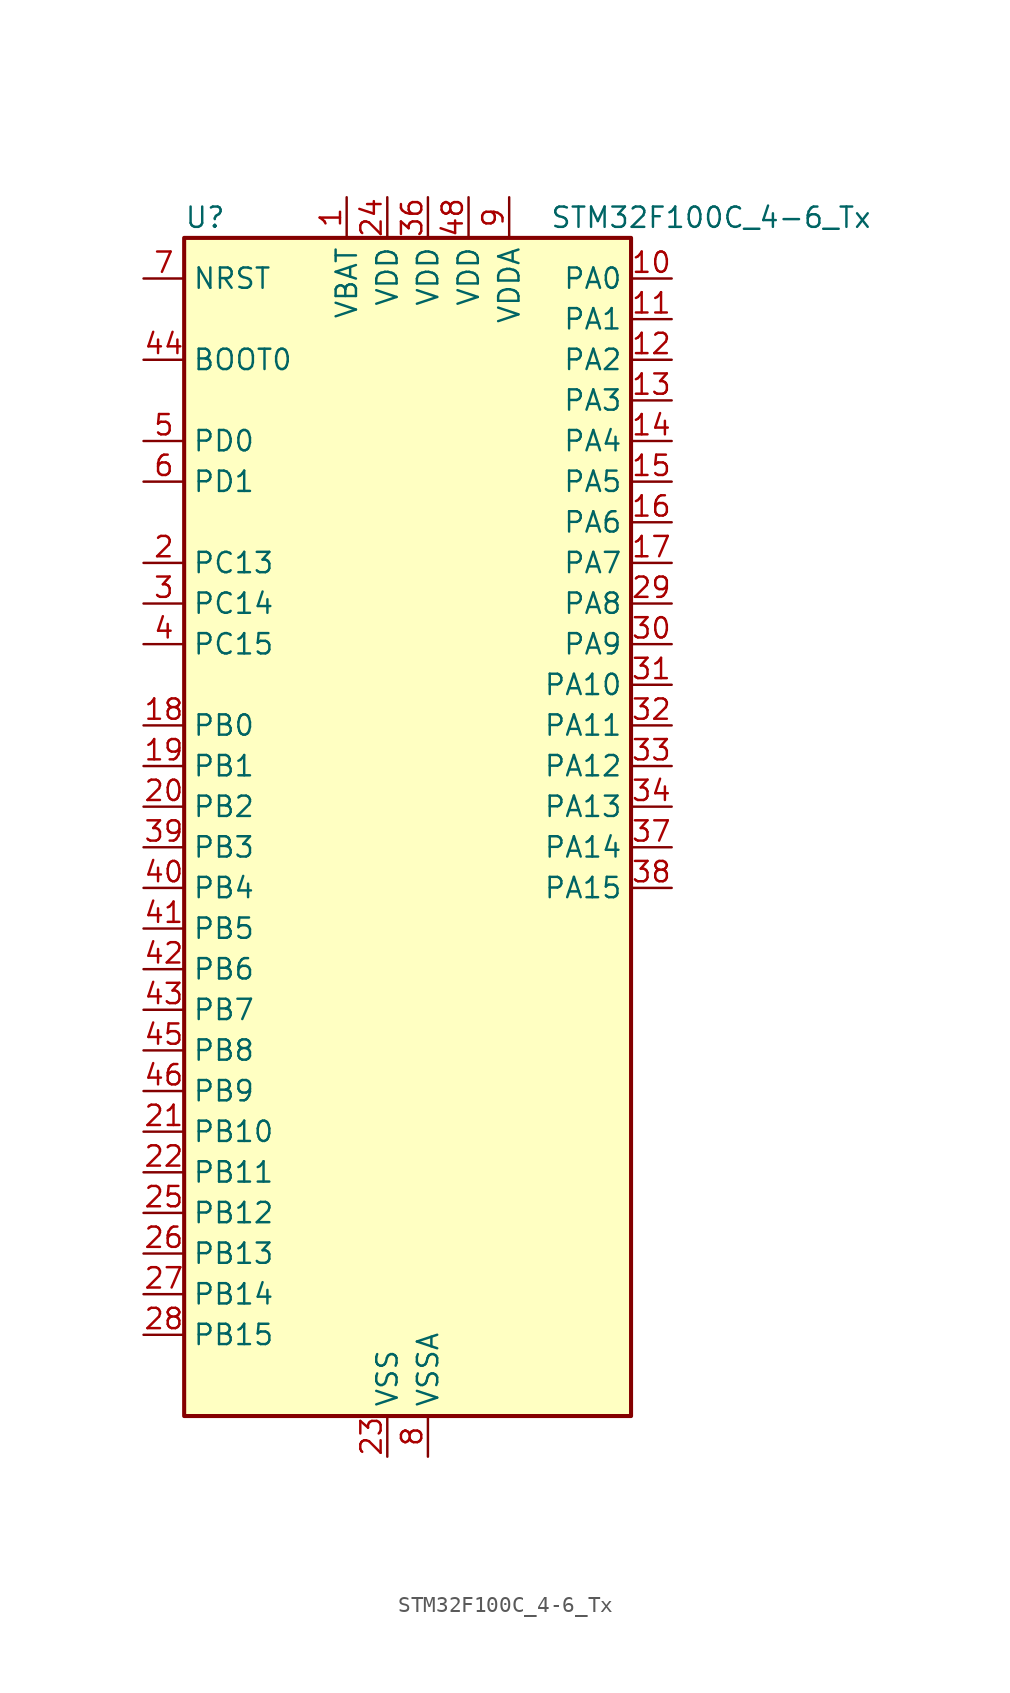
<source format=kicad_sym>
(kicad_symbol_lib
  (version 20231120)
  (generator "kicad_symbol_editor")
  (generator_version "8.0")
  (symbol "STM32F100C_4-6_Tx"
    (property "Reference" "U"
      (at -12.7 39.37 0)
      (effects (font (size 1.27 1.27)) (justify left)))
    (property "Value" "STM32F100C_4-6_Tx"
      (at 10.16 39.37 0)
      (effects (font (size 1.27 1.27)) (justify left)))
    (property "ki_locked" ""
      (at 0 0 0)
      (effects (font (size 1.27 1.27))))
    (symbol "STM32F100C_4-6_Tx_0_1"
      (rectangle (start -12.7 -35.56) (end 15.24 38.1) (stroke (width 0.254) (type default)) (fill (type background))))
    (symbol "STM32F100C_4-6_Tx_1_1"
      (pin power_in line (at -2.54 40.64 270) (length 2.54) (name "VBAT" (effects (font (size 1.27 1.27)))) (number "1" (effects (font (size 1.27 1.27)))))
      (pin bidirectional line (at 17.78 35.56 180) (length 2.54) (name "PA0" (effects (font (size 1.27 1.27)))) (number "10" (effects (font (size 1.27 1.27)))) (alternate "ADC1_IN0" bidirectional line) (alternate "SYS_WKUP" bidirectional line) (alternate "TIM2_CH1" bidirectional line) (alternate "TIM2_ETR" bidirectional line) (alternate "USART2_CTS" bidirectional line))
      (pin bidirectional line (at 17.78 33.02 180) (length 2.54) (name "PA1" (effects (font (size 1.27 1.27)))) (number "11" (effects (font (size 1.27 1.27)))) (alternate "ADC1_IN1" bidirectional line) (alternate "TIM2_CH2" bidirectional line) (alternate "USART2_RTS" bidirectional line))
      (pin bidirectional line (at 17.78 30.48 180) (length 2.54) (name "PA2" (effects (font (size 1.27 1.27)))) (number "12" (effects (font (size 1.27 1.27)))) (alternate "ADC1_IN2" bidirectional line) (alternate "TIM15_CH1" bidirectional line) (alternate "TIM2_CH3" bidirectional line) (alternate "USART2_TX" bidirectional line))
      (pin bidirectional line (at 17.78 27.94 180) (length 2.54) (name "PA3" (effects (font (size 1.27 1.27)))) (number "13" (effects (font (size 1.27 1.27)))) (alternate "ADC1_IN3" bidirectional line) (alternate "TIM15_CH2" bidirectional line) (alternate "TIM2_CH4" bidirectional line) (alternate "USART2_RX" bidirectional line))
      (pin bidirectional line (at 17.78 25.4 180) (length 2.54) (name "PA4" (effects (font (size 1.27 1.27)))) (number "14" (effects (font (size 1.27 1.27)))) (alternate "ADC1_IN4" bidirectional line) (alternate "DAC_OUT1" bidirectional line) (alternate "SPI1_NSS" bidirectional line) (alternate "USART2_CK" bidirectional line))
      (pin bidirectional line (at 17.78 22.86 180) (length 2.54) (name "PA5" (effects (font (size 1.27 1.27)))) (number "15" (effects (font (size 1.27 1.27)))) (alternate "ADC1_IN5" bidirectional line) (alternate "DAC_OUT2" bidirectional line) (alternate "SPI1_SCK" bidirectional line))
      (pin bidirectional line (at 17.78 20.32 180) (length 2.54) (name "PA6" (effects (font (size 1.27 1.27)))) (number "16" (effects (font (size 1.27 1.27)))) (alternate "ADC1_IN6" bidirectional line) (alternate "SPI1_MISO" bidirectional line) (alternate "TIM16_CH1" bidirectional line) (alternate "TIM1_BKIN" bidirectional line) (alternate "TIM3_CH1" bidirectional line))
      (pin bidirectional line (at 17.78 17.78 180) (length 2.54) (name "PA7" (effects (font (size 1.27 1.27)))) (number "17" (effects (font (size 1.27 1.27)))) (alternate "ADC1_IN7" bidirectional line) (alternate "SPI1_MOSI" bidirectional line) (alternate "TIM17_CH1" bidirectional line) (alternate "TIM1_CH1N" bidirectional line) (alternate "TIM3_CH2" bidirectional line))
      (pin bidirectional line (at -15.24 7.62 0) (length 2.54) (name "PB0" (effects (font (size 1.27 1.27)))) (number "18" (effects (font (size 1.27 1.27)))) (alternate "ADC1_IN8" bidirectional line) (alternate "TIM1_CH2N" bidirectional line) (alternate "TIM3_CH3" bidirectional line))
      (pin bidirectional line (at -15.24 5.08 0) (length 2.54) (name "PB1" (effects (font (size 1.27 1.27)))) (number "19" (effects (font (size 1.27 1.27)))) (alternate "ADC1_IN9" bidirectional line) (alternate "TIM1_CH3N" bidirectional line) (alternate "TIM3_CH4" bidirectional line))
      (pin bidirectional line (at -15.24 17.78 0) (length 2.54) (name "PC13" (effects (font (size 1.27 1.27)))) (number "2" (effects (font (size 1.27 1.27)))) (alternate "RTC_OUT" bidirectional line) (alternate "RTC_TAMPER" bidirectional line))
      (pin bidirectional line (at -15.24 2.54 0) (length 2.54) (name "PB2" (effects (font (size 1.27 1.27)))) (number "20" (effects (font (size 1.27 1.27)))))
      (pin bidirectional line (at -15.24 -17.78 0) (length 2.54) (name "PB10" (effects (font (size 1.27 1.27)))) (number "21" (effects (font (size 1.27 1.27)))) (alternate "CEC" bidirectional line) (alternate "TIM2_CH3" bidirectional line))
      (pin bidirectional line (at -15.24 -20.32 0) (length 2.54) (name "PB11" (effects (font (size 1.27 1.27)))) (number "22" (effects (font (size 1.27 1.27)))) (alternate "ADC1_EXTI11" bidirectional line) (alternate "TIM2_CH4" bidirectional line))
      (pin power_in line (at 0 -38.1 90) (length 2.54) (name "VSS" (effects (font (size 1.27 1.27)))) (number "23" (effects (font (size 1.27 1.27)))))
      (pin power_in line (at 0 40.64 270) (length 2.54) (name "VDD" (effects (font (size 1.27 1.27)))) (number "24" (effects (font (size 1.27 1.27)))))
      (pin bidirectional line (at -15.24 -22.86 0) (length 2.54) (name "PB12" (effects (font (size 1.27 1.27)))) (number "25" (effects (font (size 1.27 1.27)))) (alternate "TIM1_BKIN" bidirectional line))
      (pin bidirectional line (at -15.24 -25.4 0) (length 2.54) (name "PB13" (effects (font (size 1.27 1.27)))) (number "26" (effects (font (size 1.27 1.27)))) (alternate "TIM1_CH1N" bidirectional line))
      (pin bidirectional line (at -15.24 -27.94 0) (length 2.54) (name "PB14" (effects (font (size 1.27 1.27)))) (number "27" (effects (font (size 1.27 1.27)))) (alternate "TIM15_CH1" bidirectional line) (alternate "TIM1_CH2N" bidirectional line))
      (pin bidirectional line (at -15.24 -30.48 0) (length 2.54) (name "PB15" (effects (font (size 1.27 1.27)))) (number "28" (effects (font (size 1.27 1.27)))) (alternate "ADC1_EXTI15" bidirectional line) (alternate "TIM15_CH1N" bidirectional line) (alternate "TIM15_CH2" bidirectional line) (alternate "TIM1_CH3N" bidirectional line))
      (pin bidirectional line (at 17.78 15.24 180) (length 2.54) (name "PA8" (effects (font (size 1.27 1.27)))) (number "29" (effects (font (size 1.27 1.27)))) (alternate "RCC_MCO" bidirectional line) (alternate "TIM1_CH1" bidirectional line) (alternate "USART1_CK" bidirectional line))
      (pin bidirectional line (at -15.24 15.24 0) (length 2.54) (name "PC14" (effects (font (size 1.27 1.27)))) (number "3" (effects (font (size 1.27 1.27)))) (alternate "RCC_OSC32_IN" bidirectional line))
      (pin bidirectional line (at 17.78 12.7 180) (length 2.54) (name "PA9" (effects (font (size 1.27 1.27)))) (number "30" (effects (font (size 1.27 1.27)))) (alternate "DAC_EXTI9" bidirectional line) (alternate "TIM15_BKIN" bidirectional line) (alternate "TIM1_CH2" bidirectional line) (alternate "USART1_TX" bidirectional line))
      (pin bidirectional line (at 17.78 10.16 180) (length 2.54) (name "PA10" (effects (font (size 1.27 1.27)))) (number "31" (effects (font (size 1.27 1.27)))) (alternate "TIM17_BKIN" bidirectional line) (alternate "TIM1_CH3" bidirectional line) (alternate "USART1_RX" bidirectional line))
      (pin bidirectional line (at 17.78 7.62 180) (length 2.54) (name "PA11" (effects (font (size 1.27 1.27)))) (number "32" (effects (font (size 1.27 1.27)))) (alternate "ADC1_EXTI11" bidirectional line) (alternate "TIM1_CH4" bidirectional line) (alternate "USART1_CTS" bidirectional line))
      (pin bidirectional line (at 17.78 5.08 180) (length 2.54) (name "PA12" (effects (font (size 1.27 1.27)))) (number "33" (effects (font (size 1.27 1.27)))) (alternate "TIM1_ETR" bidirectional line) (alternate "USART1_RTS" bidirectional line))
      (pin bidirectional line (at 17.78 2.54 180) (length 2.54) (name "PA13" (effects (font (size 1.27 1.27)))) (number "34" (effects (font (size 1.27 1.27)))) (alternate "SYS_JTMS-SWDIO" bidirectional line))
      (pin passive line (at 0 -38.1 90) (length 2.54) hide (name "VSS" (effects (font (size 1.27 1.27)))) (number "35" (effects (font (size 1.27 1.27)))))
      (pin power_in line (at 2.54 40.64 270) (length 2.54) (name "VDD" (effects (font (size 1.27 1.27)))) (number "36" (effects (font (size 1.27 1.27)))))
      (pin bidirectional line (at 17.78 0 180) (length 2.54) (name "PA14" (effects (font (size 1.27 1.27)))) (number "37" (effects (font (size 1.27 1.27)))) (alternate "SYS_JTCK-SWCLK" bidirectional line))
      (pin bidirectional line (at 17.78 -2.54 180) (length 2.54) (name "PA15" (effects (font (size 1.27 1.27)))) (number "38" (effects (font (size 1.27 1.27)))) (alternate "ADC1_EXTI15" bidirectional line) (alternate "SPI1_NSS" bidirectional line) (alternate "SYS_JTDI" bidirectional line) (alternate "TIM2_CH1" bidirectional line) (alternate "TIM2_ETR" bidirectional line))
      (pin bidirectional line (at -15.24 0 0) (length 2.54) (name "PB3" (effects (font (size 1.27 1.27)))) (number "39" (effects (font (size 1.27 1.27)))) (alternate "SPI1_SCK" bidirectional line) (alternate "SYS_JTDO-TRACESWO" bidirectional line) (alternate "TIM2_CH2" bidirectional line))
      (pin bidirectional line (at -15.24 12.7 0) (length 2.54) (name "PC15" (effects (font (size 1.27 1.27)))) (number "4" (effects (font (size 1.27 1.27)))) (alternate "ADC1_EXTI15" bidirectional line) (alternate "RCC_OSC32_OUT" bidirectional line))
      (pin bidirectional line (at -15.24 -2.54 0) (length 2.54) (name "PB4" (effects (font (size 1.27 1.27)))) (number "40" (effects (font (size 1.27 1.27)))) (alternate "SPI1_MISO" bidirectional line) (alternate "SYS_NJTRST" bidirectional line) (alternate "TIM3_CH1" bidirectional line))
      (pin bidirectional line (at -15.24 -5.08 0) (length 2.54) (name "PB5" (effects (font (size 1.27 1.27)))) (number "41" (effects (font (size 1.27 1.27)))) (alternate "I2C1_SMBA" bidirectional line) (alternate "SPI1_MOSI" bidirectional line) (alternate "TIM16_BKIN" bidirectional line) (alternate "TIM3_CH2" bidirectional line))
      (pin bidirectional line (at -15.24 -7.62 0) (length 2.54) (name "PB6" (effects (font (size 1.27 1.27)))) (number "42" (effects (font (size 1.27 1.27)))) (alternate "I2C1_SCL" bidirectional line) (alternate "TIM16_CH1N" bidirectional line) (alternate "USART1_TX" bidirectional line))
      (pin bidirectional line (at -15.24 -10.16 0) (length 2.54) (name "PB7" (effects (font (size 1.27 1.27)))) (number "43" (effects (font (size 1.27 1.27)))) (alternate "I2C1_SDA" bidirectional line) (alternate "TIM17_CH1N" bidirectional line) (alternate "USART1_RX" bidirectional line))
      (pin input line (at -15.24 30.48 0) (length 2.54) (name "BOOT0" (effects (font (size 1.27 1.27)))) (number "44" (effects (font (size 1.27 1.27)))))
      (pin bidirectional line (at -15.24 -12.7 0) (length 2.54) (name "PB8" (effects (font (size 1.27 1.27)))) (number "45" (effects (font (size 1.27 1.27)))) (alternate "CEC" bidirectional line) (alternate "I2C1_SCL" bidirectional line) (alternate "TIM16_CH1" bidirectional line))
      (pin bidirectional line (at -15.24 -15.24 0) (length 2.54) (name "PB9" (effects (font (size 1.27 1.27)))) (number "46" (effects (font (size 1.27 1.27)))) (alternate "DAC_EXTI9" bidirectional line) (alternate "I2C1_SDA" bidirectional line) (alternate "TIM17_CH1" bidirectional line))
      (pin passive line (at 0 -38.1 90) (length 2.54) hide (name "VSS" (effects (font (size 1.27 1.27)))) (number "47" (effects (font (size 1.27 1.27)))))
      (pin power_in line (at 5.08 40.64 270) (length 2.54) (name "VDD" (effects (font (size 1.27 1.27)))) (number "48" (effects (font (size 1.27 1.27)))))
      (pin bidirectional line (at -15.24 25.4 0) (length 2.54) (name "PD0" (effects (font (size 1.27 1.27)))) (number "5" (effects (font (size 1.27 1.27)))) (alternate "RCC_OSC_IN" bidirectional line))
      (pin bidirectional line (at -15.24 22.86 0) (length 2.54) (name "PD1" (effects (font (size 1.27 1.27)))) (number "6" (effects (font (size 1.27 1.27)))) (alternate "RCC_OSC_OUT" bidirectional line))
      (pin input line (at -15.24 35.56 0) (length 2.54) (name "NRST" (effects (font (size 1.27 1.27)))) (number "7" (effects (font (size 1.27 1.27)))))
      (pin power_in line (at 2.54 -38.1 90) (length 2.54) (name "VSSA" (effects (font (size 1.27 1.27)))) (number "8" (effects (font (size 1.27 1.27)))))
      (pin power_in line (at 7.62 40.64 270) (length 2.54) (name "VDDA" (effects (font (size 1.27 1.27)))) (number "9" (effects (font (size 1.27 1.27))))))))
</source>
